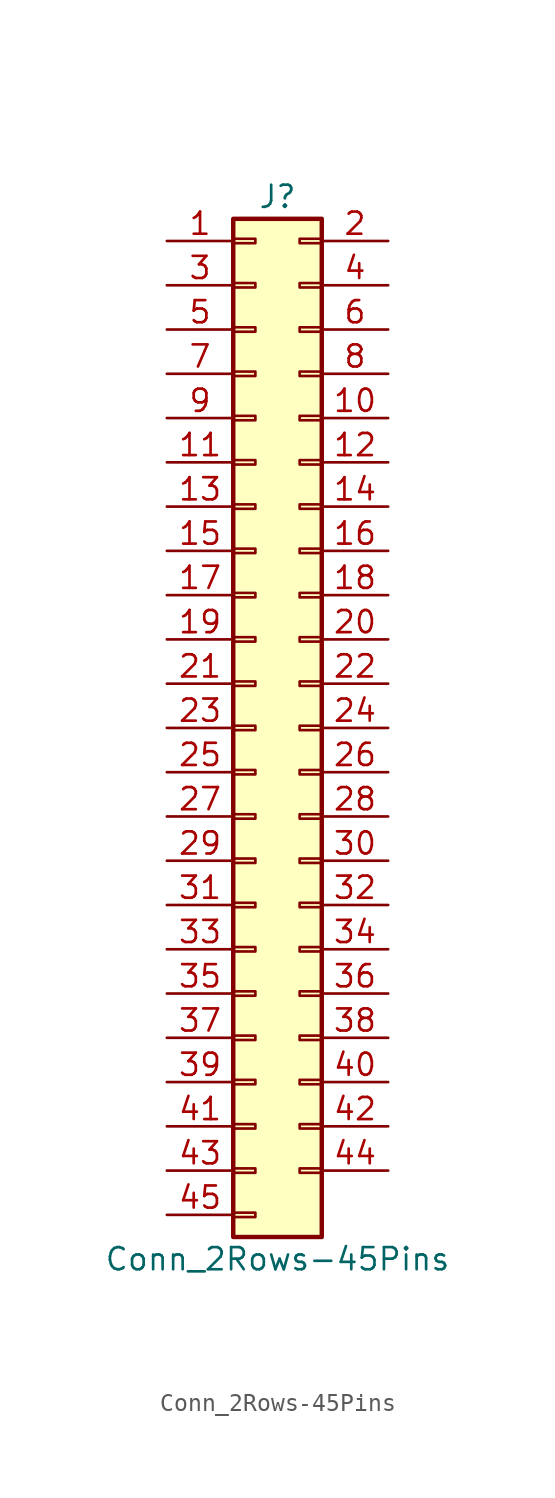
<source format=kicad_sym>
(kicad_symbol_lib
  (version 20201005)
  (generator kicad_symbol_editor)
  (symbol "Conn_2Rows-45Pins"
    (pin_names
      (offset 1.016) hide)
    (property "Reference" "J"
      (at 1.27 30.48 0)
      (effects (font (size 1.27 1.27))))
    (property "Value" "Conn_2Rows-45Pins"
      (at 1.27 -30.48 0)
      (effects (font (size 1.27 1.27))))
    (symbol "Conn_2Rows-45Pins_1_1"
      (rectangle (start -1.27 -27.813) (end 0 -28.067) (stroke (width 0.152)) (fill (type none)))
      (rectangle (start -1.27 -25.273) (end 0 -25.527) (stroke (width 0.152)) (fill (type none)))
      (rectangle (start -1.27 -22.733) (end 0 -22.987) (stroke (width 0.152)) (fill (type none)))
      (rectangle (start -1.27 -20.193) (end 0 -20.447) (stroke (width 0.152)) (fill (type none)))
      (rectangle (start -1.27 -17.653) (end 0 -17.907) (stroke (width 0.152)) (fill (type none)))
      (rectangle (start -1.27 -15.113) (end 0 -15.367) (stroke (width 0.152)) (fill (type none)))
      (rectangle (start -1.27 -12.573) (end 0 -12.827) (stroke (width 0.152)) (fill (type none)))
      (rectangle (start -1.27 -10.033) (end 0 -10.287) (stroke (width 0.152)) (fill (type none)))
      (rectangle (start -1.27 -7.493) (end 0 -7.747) (stroke (width 0.152)) (fill (type none)))
      (rectangle (start -1.27 -4.953) (end 0 -5.207) (stroke (width 0.152)) (fill (type none)))
      (rectangle (start -1.27 -2.413) (end 0 -2.667) (stroke (width 0.152)) (fill (type none)))
      (rectangle (start -1.27 0.127) (end 0 -0.127) (stroke (width 0.152)) (fill (type none)))
      (rectangle (start -1.27 2.667) (end 0 2.413) (stroke (width 0.152)) (fill (type none)))
      (rectangle (start -1.27 5.207) (end 0 4.953) (stroke (width 0.152)) (fill (type none)))
      (rectangle (start -1.27 7.747) (end 0 7.493) (stroke (width 0.152)) (fill (type none)))
      (rectangle (start -1.27 10.287) (end 0 10.033) (stroke (width 0.152)) (fill (type none)))
      (rectangle (start -1.27 12.827) (end 0 12.573) (stroke (width 0.152)) (fill (type none)))
      (rectangle (start -1.27 15.367) (end 0 15.113) (stroke (width 0.152)) (fill (type none)))
      (rectangle (start -1.27 17.907) (end 0 17.653) (stroke (width 0.152)) (fill (type none)))
      (rectangle (start -1.27 20.447) (end 0 20.193) (stroke (width 0.152)) (fill (type none)))
      (rectangle (start -1.27 22.987) (end 0 22.733) (stroke (width 0.152)) (fill (type none)))
      (rectangle (start -1.27 25.527) (end 0 25.273) (stroke (width 0.152)) (fill (type none)))
      (rectangle (start -1.27 28.067) (end 0 27.813) (stroke (width 0.152)) (fill (type none)))
      (rectangle (start 3.81 -25.273) (end 2.54 -25.527) (stroke (width 0.152)) (fill (type none)))
      (rectangle (start 3.81 -22.733) (end 2.54 -22.987) (stroke (width 0.152)) (fill (type none)))
      (rectangle (start 3.81 -20.193) (end 2.54 -20.447) (stroke (width 0.152)) (fill (type none)))
      (rectangle (start 3.81 -17.653) (end 2.54 -17.907) (stroke (width 0.152)) (fill (type none)))
      (rectangle (start 3.81 -15.113) (end 2.54 -15.367) (stroke (width 0.152)) (fill (type none)))
      (rectangle (start 3.81 -12.573) (end 2.54 -12.827) (stroke (width 0.152)) (fill (type none)))
      (rectangle (start 3.81 -10.033) (end 2.54 -10.287) (stroke (width 0.152)) (fill (type none)))
      (rectangle (start 3.81 -7.493) (end 2.54 -7.747) (stroke (width 0.152)) (fill (type none)))
      (rectangle (start 3.81 -4.953) (end 2.54 -5.207) (stroke (width 0.152)) (fill (type none)))
      (rectangle (start 3.81 -2.413) (end 2.54 -2.667) (stroke (width 0.152)) (fill (type none)))
      (rectangle (start 3.81 0.127) (end 2.54 -0.127) (stroke (width 0.152)) (fill (type none)))
      (rectangle (start 3.81 2.667) (end 2.54 2.413) (stroke (width 0.152)) (fill (type none)))
      (rectangle (start 3.81 5.207) (end 2.54 4.953) (stroke (width 0.152)) (fill (type none)))
      (rectangle (start 3.81 7.747) (end 2.54 7.493) (stroke (width 0.152)) (fill (type none)))
      (rectangle (start 3.81 10.287) (end 2.54 10.033) (stroke (width 0.152)) (fill (type none)))
      (rectangle (start 3.81 12.827) (end 2.54 12.573) (stroke (width 0.152)) (fill (type none)))
      (rectangle (start 3.81 15.367) (end 2.54 15.113) (stroke (width 0.152)) (fill (type none)))
      (rectangle (start 3.81 17.907) (end 2.54 17.653) (stroke (width 0.152)) (fill (type none)))
      (rectangle (start 3.81 20.447) (end 2.54 20.193) (stroke (width 0.152)) (fill (type none)))
      (rectangle (start 3.81 22.987) (end 2.54 22.733) (stroke (width 0.152)) (fill (type none)))
      (rectangle (start 3.81 25.527) (end 2.54 25.273) (stroke (width 0.152)) (fill (type none)))
      (rectangle (start 3.81 28.067) (end 2.54 27.813) (stroke (width 0.152)) (fill (type none)))
      (rectangle (start -1.27 29.21) (end 3.81 -29.21) (stroke (width 0.254)) (fill (type background)))
      (pin passive line (at -5.08 27.94 0) (length 3.81) (name "Pin_1" (effects (font (size 1.27 1.27)))) (number "1" (effects (font (size 1.27 1.27)))))
      (pin passive line (at 7.62 17.78 180) (length 3.81) (name "Pin_10" (effects (font (size 1.27 1.27)))) (number "10" (effects (font (size 1.27 1.27)))))
      (pin passive line (at -5.08 15.24 0) (length 3.81) (name "Pin_11" (effects (font (size 1.27 1.27)))) (number "11" (effects (font (size 1.27 1.27)))))
      (pin passive line (at 7.62 15.24 180) (length 3.81) (name "Pin_12" (effects (font (size 1.27 1.27)))) (number "12" (effects (font (size 1.27 1.27)))))
      (pin passive line (at -5.08 12.7 0) (length 3.81) (name "Pin_13" (effects (font (size 1.27 1.27)))) (number "13" (effects (font (size 1.27 1.27)))))
      (pin passive line (at 7.62 12.7 180) (length 3.81) (name "Pin_14" (effects (font (size 1.27 1.27)))) (number "14" (effects (font (size 1.27 1.27)))))
      (pin passive line (at -5.08 10.16 0) (length 3.81) (name "Pin_15" (effects (font (size 1.27 1.27)))) (number "15" (effects (font (size 1.27 1.27)))))
      (pin passive line (at 7.62 10.16 180) (length 3.81) (name "Pin_16" (effects (font (size 1.27 1.27)))) (number "16" (effects (font (size 1.27 1.27)))))
      (pin passive line (at -5.08 7.62 0) (length 3.81) (name "Pin_17" (effects (font (size 1.27 1.27)))) (number "17" (effects (font (size 1.27 1.27)))))
      (pin passive line (at 7.62 7.62 180) (length 3.81) (name "Pin_18" (effects (font (size 1.27 1.27)))) (number "18" (effects (font (size 1.27 1.27)))))
      (pin passive line (at -5.08 5.08 0) (length 3.81) (name "Pin_19" (effects (font (size 1.27 1.27)))) (number "19" (effects (font (size 1.27 1.27)))))
      (pin passive line (at 7.62 27.94 180) (length 3.81) (name "Pin_2" (effects (font (size 1.27 1.27)))) (number "2" (effects (font (size 1.27 1.27)))))
      (pin passive line (at 7.62 5.08 180) (length 3.81) (name "Pin_20" (effects (font (size 1.27 1.27)))) (number "20" (effects (font (size 1.27 1.27)))))
      (pin passive line (at -5.08 2.54 0) (length 3.81) (name "Pin_21" (effects (font (size 1.27 1.27)))) (number "21" (effects (font (size 1.27 1.27)))))
      (pin passive line (at 7.62 2.54 180) (length 3.81) (name "Pin_22" (effects (font (size 1.27 1.27)))) (number "22" (effects (font (size 1.27 1.27)))))
      (pin passive line (at -5.08 0 0) (length 3.81) (name "Pin_23" (effects (font (size 1.27 1.27)))) (number "23" (effects (font (size 1.27 1.27)))))
      (pin passive line (at 7.62 0 180) (length 3.81) (name "Pin_24" (effects (font (size 1.27 1.27)))) (number "24" (effects (font (size 1.27 1.27)))))
      (pin passive line (at -5.08 -2.54 0) (length 3.81) (name "Pin_25" (effects (font (size 1.27 1.27)))) (number "25" (effects (font (size 1.27 1.27)))))
      (pin passive line (at 7.62 -2.54 180) (length 3.81) (name "Pin_26" (effects (font (size 1.27 1.27)))) (number "26" (effects (font (size 1.27 1.27)))))
      (pin passive line (at -5.08 -5.08 0) (length 3.81) (name "Pin_27" (effects (font (size 1.27 1.27)))) (number "27" (effects (font (size 1.27 1.27)))))
      (pin passive line (at 7.62 -5.08 180) (length 3.81) (name "Pin_28" (effects (font (size 1.27 1.27)))) (number "28" (effects (font (size 1.27 1.27)))))
      (pin passive line (at -5.08 -7.62 0) (length 3.81) (name "Pin_29" (effects (font (size 1.27 1.27)))) (number "29" (effects (font (size 1.27 1.27)))))
      (pin passive line (at -5.08 25.4 0) (length 3.81) (name "Pin_3" (effects (font (size 1.27 1.27)))) (number "3" (effects (font (size 1.27 1.27)))))
      (pin passive line (at 7.62 -7.62 180) (length 3.81) (name "Pin_30" (effects (font (size 1.27 1.27)))) (number "30" (effects (font (size 1.27 1.27)))))
      (pin passive line (at -5.08 -10.16 0) (length 3.81) (name "Pin_31" (effects (font (size 1.27 1.27)))) (number "31" (effects (font (size 1.27 1.27)))))
      (pin passive line (at 7.62 -10.16 180) (length 3.81) (name "Pin_32" (effects (font (size 1.27 1.27)))) (number "32" (effects (font (size 1.27 1.27)))))
      (pin passive line (at -5.08 -12.7 0) (length 3.81) (name "Pin_33" (effects (font (size 1.27 1.27)))) (number "33" (effects (font (size 1.27 1.27)))))
      (pin passive line (at 7.62 -12.7 180) (length 3.81) (name "Pin_34" (effects (font (size 1.27 1.27)))) (number "34" (effects (font (size 1.27 1.27)))))
      (pin passive line (at -5.08 -15.24 0) (length 3.81) (name "Pin_35" (effects (font (size 1.27 1.27)))) (number "35" (effects (font (size 1.27 1.27)))))
      (pin passive line (at 7.62 -15.24 180) (length 3.81) (name "Pin_36" (effects (font (size 1.27 1.27)))) (number "36" (effects (font (size 1.27 1.27)))))
      (pin passive line (at -5.08 -17.78 0) (length 3.81) (name "Pin_37" (effects (font (size 1.27 1.27)))) (number "37" (effects (font (size 1.27 1.27)))))
      (pin passive line (at 7.62 -17.78 180) (length 3.81) (name "Pin_38" (effects (font (size 1.27 1.27)))) (number "38" (effects (font (size 1.27 1.27)))))
      (pin passive line (at -5.08 -20.32 0) (length 3.81) (name "Pin_39" (effects (font (size 1.27 1.27)))) (number "39" (effects (font (size 1.27 1.27)))))
      (pin passive line (at 7.62 25.4 180) (length 3.81) (name "Pin_4" (effects (font (size 1.27 1.27)))) (number "4" (effects (font (size 1.27 1.27)))))
      (pin passive line (at 7.62 -20.32 180) (length 3.81) (name "Pin_40" (effects (font (size 1.27 1.27)))) (number "40" (effects (font (size 1.27 1.27)))))
      (pin passive line (at -5.08 -22.86 0) (length 3.81) (name "Pin_41" (effects (font (size 1.27 1.27)))) (number "41" (effects (font (size 1.27 1.27)))))
      (pin passive line (at 7.62 -22.86 180) (length 3.81) (name "Pin_42" (effects (font (size 1.27 1.27)))) (number "42" (effects (font (size 1.27 1.27)))))
      (pin passive line (at -5.08 -25.4 0) (length 3.81) (name "Pin_43" (effects (font (size 1.27 1.27)))) (number "43" (effects (font (size 1.27 1.27)))))
      (pin passive line (at 7.62 -25.4 180) (length 3.81) (name "Pin_44" (effects (font (size 1.27 1.27)))) (number "44" (effects (font (size 1.27 1.27)))))
      (pin passive line (at -5.08 -27.94 0) (length 3.81) (name "Pin_45" (effects (font (size 1.27 1.27)))) (number "45" (effects (font (size 1.27 1.27)))))
      (pin passive line (at -5.08 22.86 0) (length 3.81) (name "Pin_5" (effects (font (size 1.27 1.27)))) (number "5" (effects (font (size 1.27 1.27)))))
      (pin passive line (at 7.62 22.86 180) (length 3.81) (name "Pin_6" (effects (font (size 1.27 1.27)))) (number "6" (effects (font (size 1.27 1.27)))))
      (pin passive line (at -5.08 20.32 0) (length 3.81) (name "Pin_7" (effects (font (size 1.27 1.27)))) (number "7" (effects (font (size 1.27 1.27)))))
      (pin passive line (at 7.62 20.32 180) (length 3.81) (name "Pin_8" (effects (font (size 1.27 1.27)))) (number "8" (effects (font (size 1.27 1.27)))))
      (pin passive line (at -5.08 17.78 0) (length 3.81) (name "Pin_9" (effects (font (size 1.27 1.27)))) (number "9" (effects (font (size 1.27 1.27))))))))
</source>
